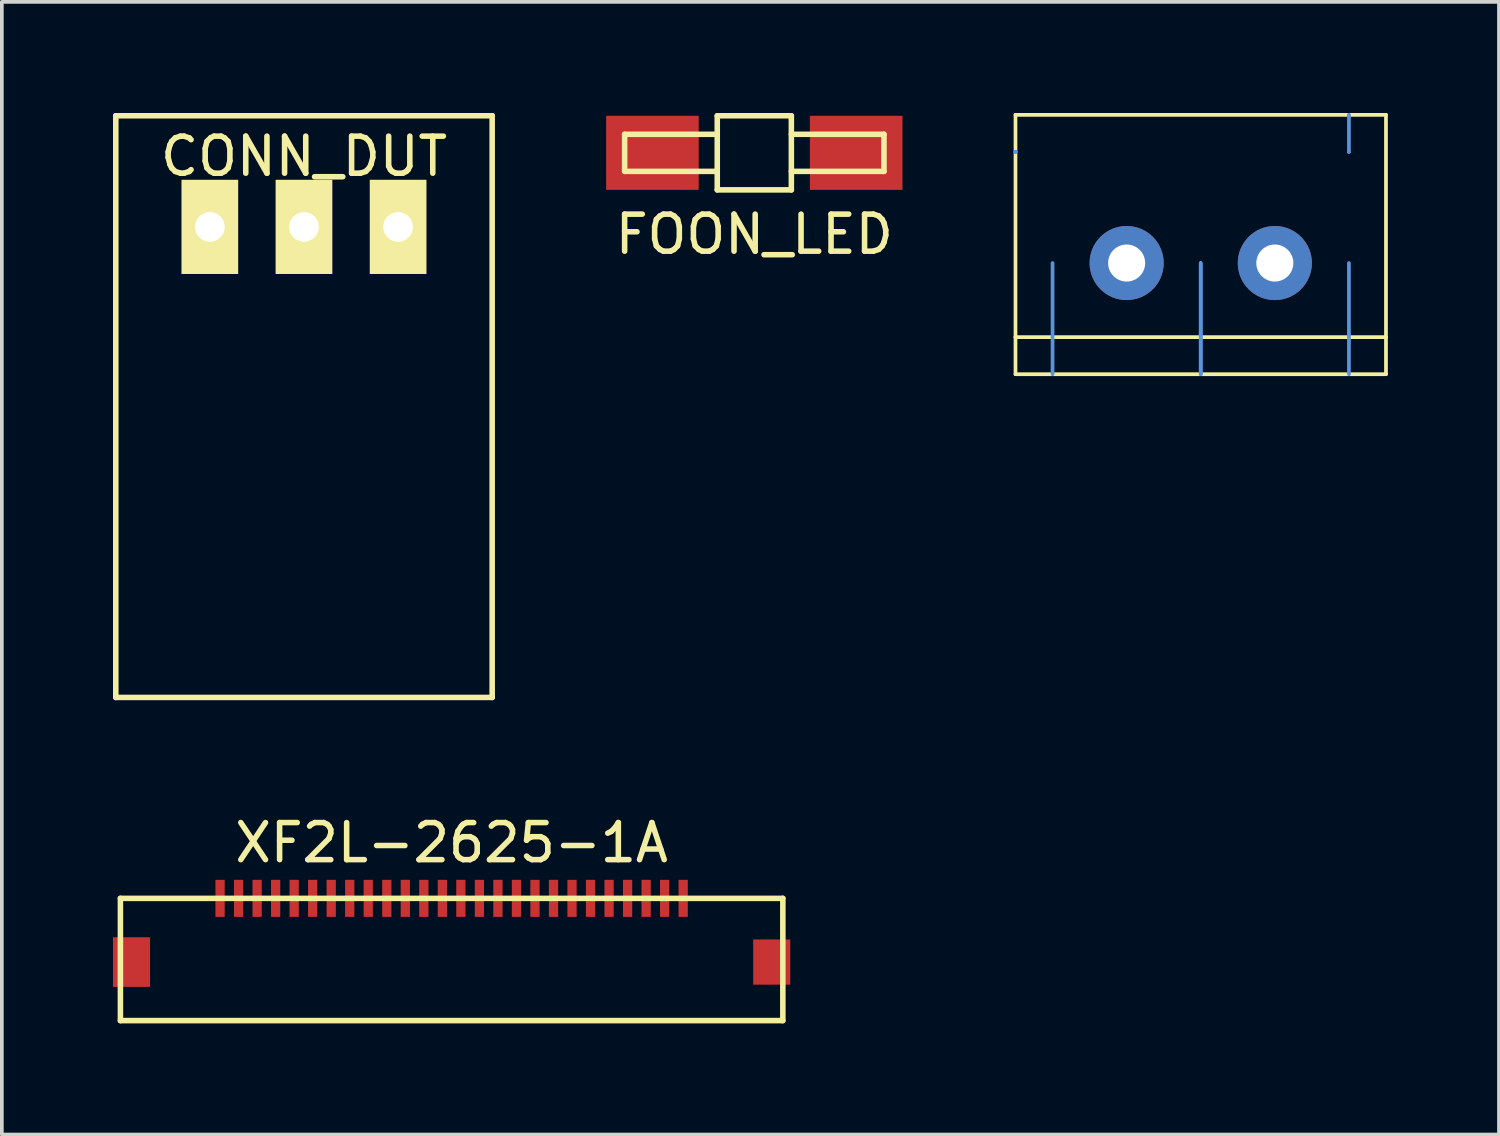
<source format=kicad_pcb>
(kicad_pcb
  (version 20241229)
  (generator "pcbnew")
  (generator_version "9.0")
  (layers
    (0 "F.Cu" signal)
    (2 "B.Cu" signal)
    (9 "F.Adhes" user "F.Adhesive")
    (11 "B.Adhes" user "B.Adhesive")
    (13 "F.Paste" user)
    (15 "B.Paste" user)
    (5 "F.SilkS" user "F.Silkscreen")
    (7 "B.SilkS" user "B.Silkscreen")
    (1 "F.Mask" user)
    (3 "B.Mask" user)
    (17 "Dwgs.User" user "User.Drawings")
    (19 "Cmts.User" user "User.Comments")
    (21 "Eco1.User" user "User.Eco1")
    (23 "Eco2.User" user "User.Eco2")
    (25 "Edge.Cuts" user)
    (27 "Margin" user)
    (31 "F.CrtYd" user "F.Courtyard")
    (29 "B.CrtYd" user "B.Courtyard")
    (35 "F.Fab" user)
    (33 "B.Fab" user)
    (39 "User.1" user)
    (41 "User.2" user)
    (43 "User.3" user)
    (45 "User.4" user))
  (footprint "JPM-SCREWTERMINAL-5MM-2"
    (layer "F.Cu")
    (at 29.36 4.05)
    (property "Reference" "JPM-SCREWTERMINAL-5MM-2" (at 0 -2 0) (layer "Eco1.User") (effects (font (size 0.001 0.001) (thickness 0.15))))
    (attr through_hole)
    (fp_line (start -5 -4) (end 5 -4) (stroke (width 0.1) (type solid)) (layer "F.SilkS"))
    (fp_line (start -5 2) (end -5 -4) (stroke (width 0.1) (type solid)) (layer "F.SilkS"))
    (fp_line (start -5 2) (end -5 3) (stroke (width 0.1) (type solid)) (layer "F.SilkS"))
    (fp_line (start -5 2) (end 5 2) (stroke (width 0.1) (type solid)) (layer "F.SilkS"))
    (fp_line (start -5 3) (end 5 3) (stroke (width 0.1) (type solid)) (layer "F.SilkS"))
    (fp_line (start 5 -4) (end 5 2) (stroke (width 0.1) (type solid)) (layer "F.SilkS"))
    (fp_line (start 5 3) (end 5 2) (stroke (width 0.1) (type solid)) (layer "F.SilkS"))
    (fp_line (start -5 -3) (end -5 -3) (stroke (width 0.1) (type solid)) (layer "Cmts.User"))
    (fp_line (start -5 -3) (end -5 -3) (stroke (width 0.1) (type solid)) (layer "Cmts.User"))
    (fp_line (start -5 -3) (end -5 -3) (stroke (width 0.1) (type solid)) (layer "Cmts.User"))
    (fp_line (start -4 0) (end -4 3) (stroke (width 0.1) (type solid)) (layer "Cmts.User"))
    (fp_line (start 0 0) (end 0 3) (stroke (width 0.1) (type solid)) (layer "Cmts.User"))
    (fp_line (start 0 0) (end 0 3) (stroke (width 0.1) (type solid)) (layer "Cmts.User"))
    (fp_line (start 4 -4) (end 4 -4) (stroke (width 0.1) (type solid)) (layer "Cmts.User"))
    (fp_line (start 4 -4) (end 4 -3) (stroke (width 0.1) (type solid)) (layer "Cmts.User"))
    (fp_line (start 4 -3) (end 4 -3) (stroke (width 0.1) (type solid)) (layer "Cmts.User"))
    (fp_line (start 4 0) (end 4 3) (stroke (width 0.1) (type solid)) (layer "Cmts.User"))
    (pad "1" thru_hole circle (at -2 0) (size 2 2) (drill 1) (layers "*.Cu" "*.Mask"))
    (pad "2" thru_hole circle (at 2 0) (size 2 2) (drill 1) (layers "*.Cu" "*.Mask")))
  (footprint "XF2L-2625-1A"
    (layer "F.Cu")
    (at 9.14 21.698)
    (property "Reference" "XF2L-2625-1A" (at 0 -2 0) (layer "F.SilkS") (effects (font (size 1 1) (thickness 0.15))))
    (attr through_hole)
    (fp_line (start -8.94 -0.5) (end -8.94 2.8) (stroke (width 0.15) (type solid)) (layer "F.SilkS"))
    (fp_line (start -8.94 -0.5) (end 8.94 -0.5) (stroke (width 0.15) (type solid)) (layer "F.SilkS"))
    (fp_line (start -8.94 2.8) (end 8.94 2.8) (stroke (width 0.15) (type solid)) (layer "F.SilkS"))
    (fp_line (start 8.94 -0.5) (end 8.94 2.8) (stroke (width 0.15) (type solid)) (layer "F.SilkS"))
    (pad "1" smd rect (at 6.25 -0.5) (size 0.25 1) (layers "F.Cu" "F.Mask" "F.Paste"))
    (pad "2" smd rect (at 5.75 -0.5) (size 0.25 1) (layers "F.Cu" "F.Mask" "F.Paste"))
    (pad "3" smd rect (at 5.25 -0.5) (size 0.25 1) (layers "F.Cu" "F.Mask" "F.Paste"))
    (pad "4" smd rect (at 4.75 -0.5) (size 0.25 1) (layers "F.Cu" "F.Mask" "F.Paste"))
    (pad "5" smd rect (at 4.25 -0.5) (size 0.25 1) (layers "F.Cu" "F.Mask" "F.Paste"))
    (pad "6" smd rect (at 3.75 -0.5) (size 0.25 1) (layers "F.Cu" "F.Mask" "F.Paste"))
    (pad "7" smd rect (at 3.25 -0.5) (size 0.25 1) (layers "F.Cu" "F.Mask" "F.Paste"))
    (pad "8" smd rect (at 2.75 -0.5) (size 0.25 1) (layers "F.Cu" "F.Mask" "F.Paste"))
    (pad "9" smd rect (at 2.25 -0.5) (size 0.25 1) (layers "F.Cu" "F.Mask" "F.Paste"))
    (pad "10" smd rect (at 1.75 -0.5) (size 0.25 1) (layers "F.Cu" "F.Mask" "F.Paste"))
    (pad "11" smd rect (at 1.25 -0.5) (size 0.25 1) (layers "F.Cu" "F.Mask" "F.Paste"))
    (pad "12" smd rect (at 0.75 -0.5) (size 0.25 1) (layers "F.Cu" "F.Mask" "F.Paste"))
    (pad "13" smd rect (at 0.25 -0.5) (size 0.25 1) (layers "F.Cu" "F.Mask" "F.Paste"))
    (pad "14" smd rect (at -0.25 -0.5) (size 0.25 1) (layers "F.Cu" "F.Mask" "F.Paste"))
    (pad "15" smd rect (at -0.75 -0.5) (size 0.25 1) (layers "F.Cu" "F.Mask" "F.Paste"))
    (pad "16" smd rect (at -1.25 -0.5) (size 0.25 1) (layers "F.Cu" "F.Mask" "F.Paste"))
    (pad "17" smd rect (at -1.75 -0.5) (size 0.25 1) (layers "F.Cu" "F.Mask" "F.Paste"))
    (pad "18" smd rect (at -2.25 -0.5) (size 0.25 1) (layers "F.Cu" "F.Mask" "F.Paste"))
    (pad "19" smd rect (at -2.75 -0.5) (size 0.25 1) (layers "F.Cu" "F.Mask" "F.Paste"))
    (pad "20" smd rect (at -3.25 -0.5) (size 0.25 1) (layers "F.Cu" "F.Mask" "F.Paste"))
    (pad "21" smd rect (at -3.75 -0.5) (size 0.25 1) (layers "F.Cu" "F.Mask" "F.Paste"))
    (pad "22" smd rect (at -4.25 -0.5) (size 0.25 1) (layers "F.Cu" "F.Mask" "F.Paste"))
    (pad "23" smd rect (at -4.75 -0.5) (size 0.25 1) (layers "F.Cu" "F.Mask" "F.Paste"))
    (pad "24" smd rect (at -5.25 -0.5) (size 0.25 1) (layers "F.Cu" "F.Mask" "F.Paste"))
    (pad "25" smd rect (at -5.75 -0.5) (size 0.25 1) (layers "F.Cu" "F.Mask" "F.Paste"))
    (pad "26" smd rect (at -6.25 -0.5) (size 0.25 1) (layers "F.Cu" "F.Mask" "F.Paste"))
    (pad "27" smd rect (at -8.64 1.22) (size 1 1.34) (layers "F.Cu" "F.Mask" "F.Paste"))
    (pad "28" smd rect (at 8.64 1.22) (size 1 1.22) (layers "F.Cu" "F.Mask" "F.Paste")))
  (footprint "FOON_LED"
    (layer "F.Cu")
    (at 17.31 1.075)
    (property "Reference" "FOON_LED" (at 0 2.2 0) (layer "F.SilkS") (effects (font (size 1 1) (thickness 0.15))))
    (attr through_hole)
    (fp_line (start -3.5 -0.5) (end -3.5 0.5) (stroke (width 0.15) (type solid)) (layer "F.SilkS"))
    (fp_line (start -3.5 0.5) (end -1 0.5) (stroke (width 0.15) (type solid)) (layer "F.SilkS"))
    (fp_line (start -1 -1) (end 1 -1) (stroke (width 0.15) (type solid)) (layer "F.SilkS"))
    (fp_line (start -1 -0.5) (end -3.5 -0.5) (stroke (width 0.15) (type solid)) (layer "F.SilkS"))
    (fp_line (start -1 1) (end -1 -1) (stroke (width 0.15) (type solid)) (layer "F.SilkS"))
    (fp_line (start 1 -1) (end 1 1) (stroke (width 0.15) (type solid)) (layer "F.SilkS"))
    (fp_line (start 1 -0.5) (end 3.5 -0.5) (stroke (width 0.15) (type solid)) (layer "F.SilkS"))
    (fp_line (start 1 1) (end -1 1) (stroke (width 0.15) (type solid)) (layer "F.SilkS"))
    (fp_line (start 3.5 -0.5) (end 3.5 0.5) (stroke (width 0.15) (type solid)) (layer "F.SilkS"))
    (fp_line (start 3.5 0.5) (end 1 0.5) (stroke (width 0.15) (type solid)) (layer "F.SilkS"))
    (pad "1" smd rect (at 2.75 0) (size 2.5 2) (layers "F.Cu" "F.Mask" "F.Paste"))
    (pad "2" smd rect (at -2.75 0) (size 2.5 2) (layers "F.Cu" "F.Mask" "F.Paste")))
  (footprint "CONN_DUT"
    (layer "F.Cu")
    (at 5.155 3.075)
    (property "Reference" "CONN_DUT" (at 0 -1.905 0) (layer "F.SilkS") (effects (font (size 1 1) (thickness 0.15))))
    (attr through_hole)
    (fp_line (start -5.08 -3) (end -5.08 12.7) (stroke (width 0.15) (type solid)) (layer "F.SilkS"))
    (fp_line (start -5.08 -3) (end 5.08 -3) (stroke (width 0.15) (type solid)) (layer "F.SilkS"))
    (fp_line (start -5.08 12.7) (end 5.08 12.7) (stroke (width 0.15) (type solid)) (layer "F.SilkS"))
    (fp_line (start 5.08 12.7) (end 5.08 -3) (stroke (width 0.15) (type solid)) (layer "F.SilkS"))
    (pad "1" thru_hole rect (at -2.54 0) (size 1.524 2.54) (drill 0.8) (layers "*.Cu" "*.Mask" "F.SilkS"))
    (pad "2" thru_hole rect (at 0 0) (size 1.524 2.54) (drill 0.8) (layers "*.Cu" "*.Mask" "F.SilkS"))
    (pad "3" thru_hole rect (at 2.54 0) (size 1.524 2.54) (drill 0.8) (layers "*.Cu" "*.Mask" "F.SilkS")))
  (gr_rect
    (start -3 -3)
    (end 37.41 27.573)
    (stroke (width 0.1) (type default))
    (fill no)
    (layer "Edge.Cuts")))
</source>
